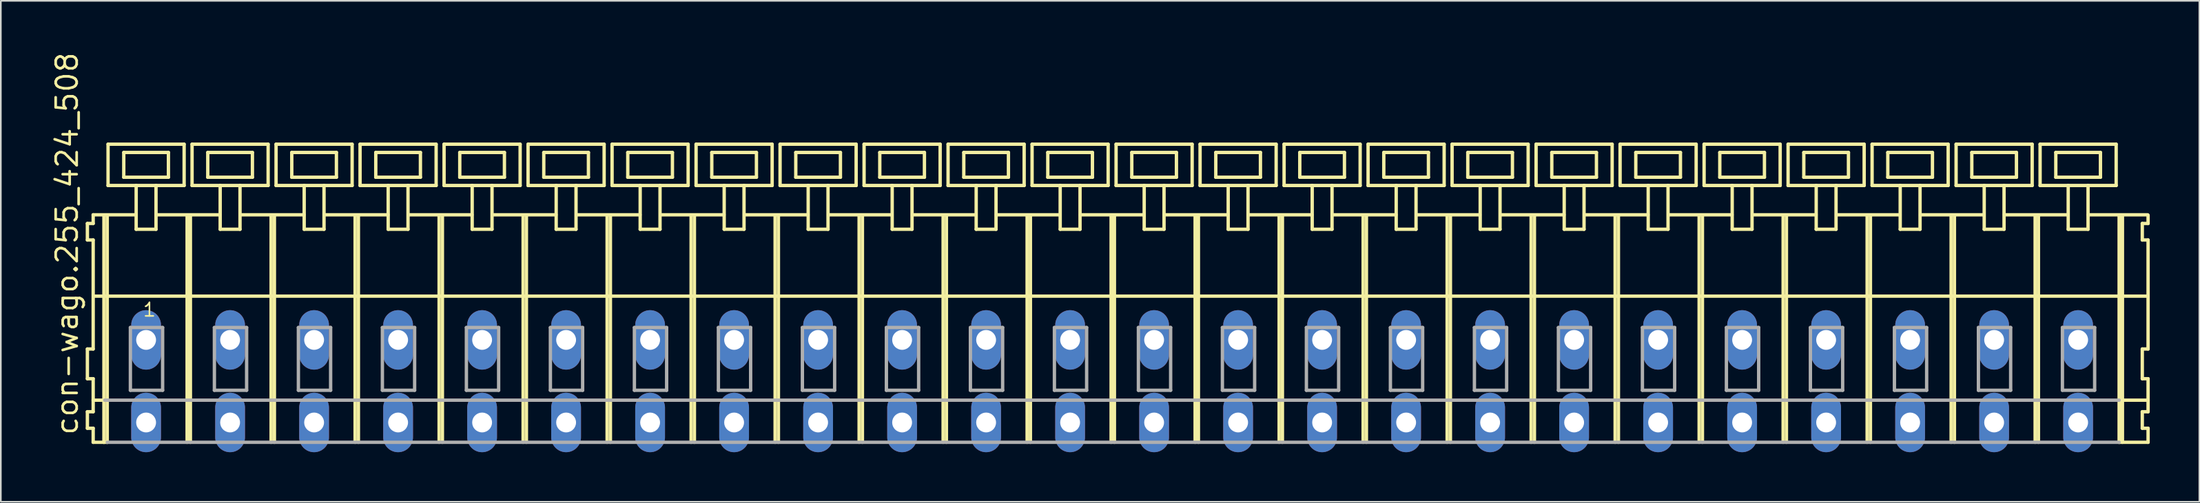
<source format=kicad_pcb>
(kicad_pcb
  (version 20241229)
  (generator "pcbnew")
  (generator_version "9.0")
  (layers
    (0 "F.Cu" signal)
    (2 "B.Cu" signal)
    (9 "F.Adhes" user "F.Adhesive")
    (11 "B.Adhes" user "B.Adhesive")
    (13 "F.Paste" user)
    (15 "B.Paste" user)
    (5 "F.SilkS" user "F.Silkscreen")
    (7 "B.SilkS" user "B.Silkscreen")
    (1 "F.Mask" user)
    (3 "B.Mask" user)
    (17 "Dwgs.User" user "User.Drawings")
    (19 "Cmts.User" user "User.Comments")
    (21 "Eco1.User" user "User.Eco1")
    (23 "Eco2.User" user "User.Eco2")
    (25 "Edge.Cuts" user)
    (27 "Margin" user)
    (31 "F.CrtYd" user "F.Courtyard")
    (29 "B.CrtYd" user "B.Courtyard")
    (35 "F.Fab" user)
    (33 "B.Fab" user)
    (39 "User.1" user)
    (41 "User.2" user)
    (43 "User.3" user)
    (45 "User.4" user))
  (footprint "con-wago.255_424_508"
    (layer "F.Cu")
    (at 64.205 17.533)
    (property "Reference" "con-wago.255_424_508" (at -62.455 5.855 90) (layer "F.SilkS") (effects (font (size 1.27 1.27) (thickness 0.16)) (justify left bottom)))
    (attr through_hole)
    (fp_line (start -61.97 -7.05) (end -61.97 -6.05) (stroke (width 0.203) (type default)) (layer "F.SilkS"))
    (fp_line (start -61.97 -6.05) (end -61.62 -6.05) (stroke (width 0.203) (type default)) (layer "F.SilkS"))
    (fp_line (start -61.97 0.55) (end -61.97 2.35) (stroke (width 0.203) (type default)) (layer "F.SilkS"))
    (fp_line (start -61.97 2.35) (end -61.62 2.35) (stroke (width 0.203) (type default)) (layer "F.SilkS"))
    (fp_line (start -61.97 4.35) (end -61.97 5.35) (stroke (width 0.203) (type default)) (layer "F.SilkS"))
    (fp_line (start -61.97 5.35) (end -61.62 5.35) (stroke (width 0.203) (type default)) (layer "F.SilkS"))
    (fp_line (start -61.62 -7.575) (end -61.62 -7.05) (stroke (width 0.203) (type default)) (layer "F.SilkS"))
    (fp_line (start -61.62 -7.575) (end -59.045 -7.575) (stroke (width 0.203) (type default)) (layer "F.SilkS"))
    (fp_line (start -61.62 -7.05) (end -61.97 -7.05) (stroke (width 0.203) (type default)) (layer "F.SilkS"))
    (fp_line (start -61.62 -6.05) (end -61.62 0.55) (stroke (width 0.203) (type default)) (layer "F.SilkS"))
    (fp_line (start -61.62 0.55) (end -61.97 0.55) (stroke (width 0.203) (type default)) (layer "F.SilkS"))
    (fp_line (start -61.62 2.35) (end -61.62 4.35) (stroke (width 0.203) (type default)) (layer "F.SilkS"))
    (fp_line (start -61.62 3.65) (end -60.92 3.65) (stroke (width 0.203) (type default)) (layer "F.SilkS"))
    (fp_line (start -61.62 4.35) (end -61.97 4.35) (stroke (width 0.203) (type default)) (layer "F.SilkS"))
    (fp_line (start -61.62 5.35) (end -61.62 6.2) (stroke (width 0.203) (type default)) (layer "F.SilkS"))
    (fp_line (start -61.62 6.2) (end -60.97 6.2) (stroke (width 0.203) (type default)) (layer "F.SilkS"))
    (fp_line (start -61.57 -2.65) (end 60.9 -2.65) (stroke (width 0.203) (type default)) (layer "F.SilkS"))
    (fp_line (start -60.97 -7.55) (end -60.97 6.2) (stroke (width 0.203) (type default)) (layer "F.SilkS"))
    (fp_line (start -60.97 6.2) (end -60.77 6.2) (stroke (width 0.203) (type default)) (layer "F.SilkS"))
    (fp_line (start -60.77 -7.55) (end -60.77 6.2) (stroke (width 0.203) (type default)) (layer "F.SilkS"))
    (fp_line (start -60.72 -11.85) (end -60.72 -9.35) (stroke (width 0.203) (type default)) (layer "F.SilkS"))
    (fp_line (start -60.72 -9.35) (end -59.02 -9.35) (stroke (width 0.203) (type default)) (layer "F.SilkS"))
    (fp_line (start -59.77 -11.35) (end -59.77 -9.85) (stroke (width 0.203) (type default)) (layer "F.SilkS"))
    (fp_line (start -59.77 -9.85) (end -57.07 -9.85) (stroke (width 0.203) (type default)) (layer "F.SilkS"))
    (fp_line (start -59.02 -9.35) (end -59.02 -6.7) (stroke (width 0.203) (type default)) (layer "F.SilkS"))
    (fp_line (start -59.02 -9.35) (end -57.82 -9.35) (stroke (width 0.203) (type default)) (layer "F.SilkS"))
    (fp_line (start -59.02 -6.7) (end -57.82 -6.7) (stroke (width 0.203) (type default)) (layer "F.SilkS"))
    (fp_line (start -57.82 -9.35) (end -56.12 -9.35) (stroke (width 0.203) (type default)) (layer "F.SilkS"))
    (fp_line (start -57.82 -6.7) (end -57.82 -9.35) (stroke (width 0.203) (type default)) (layer "F.SilkS"))
    (fp_line (start -57.795 -7.575) (end -53.961 -7.575) (stroke (width 0.203) (type default)) (layer "F.SilkS"))
    (fp_line (start -57.07 -11.35) (end -59.77 -11.35) (stroke (width 0.203) (type default)) (layer "F.SilkS"))
    (fp_line (start -57.07 -9.85) (end -57.07 -11.35) (stroke (width 0.203) (type default)) (layer "F.SilkS"))
    (fp_line (start -56.12 -11.85) (end -60.72 -11.85) (stroke (width 0.203) (type default)) (layer "F.SilkS"))
    (fp_line (start -56.12 -9.35) (end -56.12 -11.85) (stroke (width 0.203) (type default)) (layer "F.SilkS"))
    (fp_line (start -55.94 -7.55) (end -55.94 6.2) (stroke (width 0.203) (type default)) (layer "F.SilkS"))
    (fp_line (start -55.74 -7.55) (end -55.74 6.2) (stroke (width 0.203) (type default)) (layer "F.SilkS"))
    (fp_line (start -55.64 -11.85) (end -55.64 -9.35) (stroke (width 0.203) (type default)) (layer "F.SilkS"))
    (fp_line (start -55.64 -9.35) (end -53.94 -9.35) (stroke (width 0.203) (type default)) (layer "F.SilkS"))
    (fp_line (start -54.69 -11.35) (end -54.69 -9.85) (stroke (width 0.203) (type default)) (layer "F.SilkS"))
    (fp_line (start -54.69 -9.85) (end -51.99 -9.85) (stroke (width 0.203) (type default)) (layer "F.SilkS"))
    (fp_line (start -53.94 -9.35) (end -53.94 -6.7) (stroke (width 0.203) (type default)) (layer "F.SilkS"))
    (fp_line (start -53.94 -9.35) (end -52.74 -9.35) (stroke (width 0.203) (type default)) (layer "F.SilkS"))
    (fp_line (start -53.94 -6.7) (end -52.74 -6.7) (stroke (width 0.203) (type default)) (layer "F.SilkS"))
    (fp_line (start -52.74 -9.35) (end -51.04 -9.35) (stroke (width 0.203) (type default)) (layer "F.SilkS"))
    (fp_line (start -52.74 -6.7) (end -52.74 -9.35) (stroke (width 0.203) (type default)) (layer "F.SilkS"))
    (fp_line (start -52.715 -7.575) (end -48.87 -7.575) (stroke (width 0.203) (type default)) (layer "F.SilkS"))
    (fp_line (start -51.99 -11.35) (end -54.69 -11.35) (stroke (width 0.203) (type default)) (layer "F.SilkS"))
    (fp_line (start -51.99 -9.85) (end -51.99 -11.35) (stroke (width 0.203) (type default)) (layer "F.SilkS"))
    (fp_line (start -51.04 -11.85) (end -55.64 -11.85) (stroke (width 0.203) (type default)) (layer "F.SilkS"))
    (fp_line (start -51.04 -9.35) (end -51.04 -11.85) (stroke (width 0.203) (type default)) (layer "F.SilkS"))
    (fp_line (start -50.86 -7.55) (end -50.86 6.2) (stroke (width 0.203) (type default)) (layer "F.SilkS"))
    (fp_line (start -50.66 -7.55) (end -50.66 6.2) (stroke (width 0.203) (type default)) (layer "F.SilkS"))
    (fp_line (start -50.56 -11.85) (end -50.56 -9.35) (stroke (width 0.203) (type default)) (layer "F.SilkS"))
    (fp_line (start -50.56 -9.35) (end -48.86 -9.35) (stroke (width 0.203) (type default)) (layer "F.SilkS"))
    (fp_line (start -49.61 -11.35) (end -49.61 -9.85) (stroke (width 0.203) (type default)) (layer "F.SilkS"))
    (fp_line (start -49.61 -9.85) (end -46.91 -9.85) (stroke (width 0.203) (type default)) (layer "F.SilkS"))
    (fp_line (start -48.86 -9.35) (end -48.86 -6.7) (stroke (width 0.203) (type default)) (layer "F.SilkS"))
    (fp_line (start -48.86 -9.35) (end -47.66 -9.35) (stroke (width 0.203) (type default)) (layer "F.SilkS"))
    (fp_line (start -48.86 -6.7) (end -47.66 -6.7) (stroke (width 0.203) (type default)) (layer "F.SilkS"))
    (fp_line (start -47.66 -9.35) (end -45.96 -9.35) (stroke (width 0.203) (type default)) (layer "F.SilkS"))
    (fp_line (start -47.66 -6.7) (end -47.66 -9.35) (stroke (width 0.203) (type default)) (layer "F.SilkS"))
    (fp_line (start -47.635 -7.575) (end -43.79 -7.575) (stroke (width 0.203) (type default)) (layer "F.SilkS"))
    (fp_line (start -46.91 -11.35) (end -49.61 -11.35) (stroke (width 0.203) (type default)) (layer "F.SilkS"))
    (fp_line (start -46.91 -9.85) (end -46.91 -11.35) (stroke (width 0.203) (type default)) (layer "F.SilkS"))
    (fp_line (start -45.96 -11.85) (end -50.56 -11.85) (stroke (width 0.203) (type default)) (layer "F.SilkS"))
    (fp_line (start -45.96 -9.35) (end -45.96 -11.85) (stroke (width 0.203) (type default)) (layer "F.SilkS"))
    (fp_line (start -45.78 -7.55) (end -45.78 6.2) (stroke (width 0.203) (type default)) (layer "F.SilkS"))
    (fp_line (start -45.58 -7.55) (end -45.58 6.2) (stroke (width 0.203) (type default)) (layer "F.SilkS"))
    (fp_line (start -45.48 -11.85) (end -45.48 -9.35) (stroke (width 0.203) (type default)) (layer "F.SilkS"))
    (fp_line (start -45.48 -9.35) (end -43.78 -9.35) (stroke (width 0.203) (type default)) (layer "F.SilkS"))
    (fp_line (start -44.53 -11.35) (end -44.53 -9.85) (stroke (width 0.203) (type default)) (layer "F.SilkS"))
    (fp_line (start -44.53 -9.85) (end -41.83 -9.85) (stroke (width 0.203) (type default)) (layer "F.SilkS"))
    (fp_line (start -43.78 -9.35) (end -43.78 -6.7) (stroke (width 0.203) (type default)) (layer "F.SilkS"))
    (fp_line (start -43.78 -9.35) (end -42.58 -9.35) (stroke (width 0.203) (type default)) (layer "F.SilkS"))
    (fp_line (start -43.78 -6.7) (end -42.58 -6.7) (stroke (width 0.203) (type default)) (layer "F.SilkS"))
    (fp_line (start -42.58 -9.35) (end -40.88 -9.35) (stroke (width 0.203) (type default)) (layer "F.SilkS"))
    (fp_line (start -42.58 -6.7) (end -42.58 -9.35) (stroke (width 0.203) (type default)) (layer "F.SilkS"))
    (fp_line (start -42.555 -7.575) (end -38.71 -7.575) (stroke (width 0.203) (type default)) (layer "F.SilkS"))
    (fp_line (start -41.83 -11.35) (end -44.53 -11.35) (stroke (width 0.203) (type default)) (layer "F.SilkS"))
    (fp_line (start -41.83 -9.85) (end -41.83 -11.35) (stroke (width 0.203) (type default)) (layer "F.SilkS"))
    (fp_line (start -40.88 -11.85) (end -45.48 -11.85) (stroke (width 0.203) (type default)) (layer "F.SilkS"))
    (fp_line (start -40.88 -9.35) (end -40.88 -11.85) (stroke (width 0.203) (type default)) (layer "F.SilkS"))
    (fp_line (start -40.7 -7.55) (end -40.7 6.2) (stroke (width 0.203) (type default)) (layer "F.SilkS"))
    (fp_line (start -40.5 -7.55) (end -40.5 6.2) (stroke (width 0.203) (type default)) (layer "F.SilkS"))
    (fp_line (start -40.4 -11.85) (end -40.4 -9.35) (stroke (width 0.203) (type default)) (layer "F.SilkS"))
    (fp_line (start -40.4 -9.35) (end -38.7 -9.35) (stroke (width 0.203) (type default)) (layer "F.SilkS"))
    (fp_line (start -39.45 -11.35) (end -39.45 -9.85) (stroke (width 0.203) (type default)) (layer "F.SilkS"))
    (fp_line (start -39.45 -9.85) (end -36.75 -9.85) (stroke (width 0.203) (type default)) (layer "F.SilkS"))
    (fp_line (start -38.7 -9.35) (end -38.7 -6.7) (stroke (width 0.203) (type default)) (layer "F.SilkS"))
    (fp_line (start -38.7 -9.35) (end -37.5 -9.35) (stroke (width 0.203) (type default)) (layer "F.SilkS"))
    (fp_line (start -38.7 -6.7) (end -37.5 -6.7) (stroke (width 0.203) (type default)) (layer "F.SilkS"))
    (fp_line (start -37.5 -9.35) (end -35.8 -9.35) (stroke (width 0.203) (type default)) (layer "F.SilkS"))
    (fp_line (start -37.5 -6.7) (end -37.5 -9.35) (stroke (width 0.203) (type default)) (layer "F.SilkS"))
    (fp_line (start -37.475 -7.575) (end -33.63 -7.575) (stroke (width 0.203) (type default)) (layer "F.SilkS"))
    (fp_line (start -36.75 -11.35) (end -39.45 -11.35) (stroke (width 0.203) (type default)) (layer "F.SilkS"))
    (fp_line (start -36.75 -9.85) (end -36.75 -11.35) (stroke (width 0.203) (type default)) (layer "F.SilkS"))
    (fp_line (start -35.8 -11.85) (end -40.4 -11.85) (stroke (width 0.203) (type default)) (layer "F.SilkS"))
    (fp_line (start -35.8 -9.35) (end -35.8 -11.85) (stroke (width 0.203) (type default)) (layer "F.SilkS"))
    (fp_line (start -35.62 -7.55) (end -35.62 6.2) (stroke (width 0.203) (type default)) (layer "F.SilkS"))
    (fp_line (start -35.42 -7.55) (end -35.42 6.2) (stroke (width 0.203) (type default)) (layer "F.SilkS"))
    (fp_line (start -35.32 -11.85) (end -35.32 -9.35) (stroke (width 0.203) (type default)) (layer "F.SilkS"))
    (fp_line (start -35.32 -9.35) (end -33.62 -9.35) (stroke (width 0.203) (type default)) (layer "F.SilkS"))
    (fp_line (start -34.37 -11.35) (end -34.37 -9.85) (stroke (width 0.203) (type default)) (layer "F.SilkS"))
    (fp_line (start -34.37 -9.85) (end -31.67 -9.85) (stroke (width 0.203) (type default)) (layer "F.SilkS"))
    (fp_line (start -33.62 -9.35) (end -33.62 -6.7) (stroke (width 0.203) (type default)) (layer "F.SilkS"))
    (fp_line (start -33.62 -9.35) (end -32.42 -9.35) (stroke (width 0.203) (type default)) (layer "F.SilkS"))
    (fp_line (start -33.62 -6.7) (end -32.42 -6.7) (stroke (width 0.203) (type default)) (layer "F.SilkS"))
    (fp_line (start -32.42 -9.35) (end -30.72 -9.35) (stroke (width 0.203) (type default)) (layer "F.SilkS"))
    (fp_line (start -32.42 -6.7) (end -32.42 -9.35) (stroke (width 0.203) (type default)) (layer "F.SilkS"))
    (fp_line (start -32.395 -7.575) (end -28.55 -7.575) (stroke (width 0.203) (type default)) (layer "F.SilkS"))
    (fp_line (start -31.67 -11.35) (end -34.37 -11.35) (stroke (width 0.203) (type default)) (layer "F.SilkS"))
    (fp_line (start -31.67 -9.85) (end -31.67 -11.35) (stroke (width 0.203) (type default)) (layer "F.SilkS"))
    (fp_line (start -30.72 -11.85) (end -35.32 -11.85) (stroke (width 0.203) (type default)) (layer "F.SilkS"))
    (fp_line (start -30.72 -9.35) (end -30.72 -11.85) (stroke (width 0.203) (type default)) (layer "F.SilkS"))
    (fp_line (start -30.54 -7.55) (end -30.54 6.2) (stroke (width 0.203) (type default)) (layer "F.SilkS"))
    (fp_line (start -30.34 -7.55) (end -30.34 6.2) (stroke (width 0.203) (type default)) (layer "F.SilkS"))
    (fp_line (start -30.24 -11.85) (end -30.24 -9.35) (stroke (width 0.203) (type default)) (layer "F.SilkS"))
    (fp_line (start -30.24 -9.35) (end -28.54 -9.35) (stroke (width 0.203) (type default)) (layer "F.SilkS"))
    (fp_line (start -29.29 -11.35) (end -29.29 -9.85) (stroke (width 0.203) (type default)) (layer "F.SilkS"))
    (fp_line (start -29.29 -9.85) (end -26.59 -9.85) (stroke (width 0.203) (type default)) (layer "F.SilkS"))
    (fp_line (start -28.54 -9.35) (end -28.54 -6.7) (stroke (width 0.203) (type default)) (layer "F.SilkS"))
    (fp_line (start -28.54 -9.35) (end -27.34 -9.35) (stroke (width 0.203) (type default)) (layer "F.SilkS"))
    (fp_line (start -28.54 -6.7) (end -27.34 -6.7) (stroke (width 0.203) (type default)) (layer "F.SilkS"))
    (fp_line (start -27.34 -9.35) (end -25.64 -9.35) (stroke (width 0.203) (type default)) (layer "F.SilkS"))
    (fp_line (start -27.34 -6.7) (end -27.34 -9.35) (stroke (width 0.203) (type default)) (layer "F.SilkS"))
    (fp_line (start -27.315 -7.575) (end -23.47 -7.575) (stroke (width 0.203) (type default)) (layer "F.SilkS"))
    (fp_line (start -26.59 -11.35) (end -29.29 -11.35) (stroke (width 0.203) (type default)) (layer "F.SilkS"))
    (fp_line (start -26.59 -9.85) (end -26.59 -11.35) (stroke (width 0.203) (type default)) (layer "F.SilkS"))
    (fp_line (start -25.64 -11.85) (end -30.24 -11.85) (stroke (width 0.203) (type default)) (layer "F.SilkS"))
    (fp_line (start -25.64 -9.35) (end -25.64 -11.85) (stroke (width 0.203) (type default)) (layer "F.SilkS"))
    (fp_line (start -25.46 -7.55) (end -25.46 6.2) (stroke (width 0.203) (type default)) (layer "F.SilkS"))
    (fp_line (start -25.26 -7.55) (end -25.26 6.2) (stroke (width 0.203) (type default)) (layer "F.SilkS"))
    (fp_line (start -25.16 -11.85) (end -25.16 -9.35) (stroke (width 0.203) (type default)) (layer "F.SilkS"))
    (fp_line (start -25.16 -9.35) (end -23.46 -9.35) (stroke (width 0.203) (type default)) (layer "F.SilkS"))
    (fp_line (start -24.21 -11.35) (end -24.21 -9.85) (stroke (width 0.203) (type default)) (layer "F.SilkS"))
    (fp_line (start -24.21 -9.85) (end -21.51 -9.85) (stroke (width 0.203) (type default)) (layer "F.SilkS"))
    (fp_line (start -23.46 -9.35) (end -23.46 -6.7) (stroke (width 0.203) (type default)) (layer "F.SilkS"))
    (fp_line (start -23.46 -9.35) (end -22.26 -9.35) (stroke (width 0.203) (type default)) (layer "F.SilkS"))
    (fp_line (start -23.46 -6.7) (end -22.26 -6.7) (stroke (width 0.203) (type default)) (layer "F.SilkS"))
    (fp_line (start -22.26 -9.35) (end -20.56 -9.35) (stroke (width 0.203) (type default)) (layer "F.SilkS"))
    (fp_line (start -22.26 -6.7) (end -22.26 -9.35) (stroke (width 0.203) (type default)) (layer "F.SilkS"))
    (fp_line (start -22.235 -7.575) (end -18.39 -7.575) (stroke (width 0.203) (type default)) (layer "F.SilkS"))
    (fp_line (start -21.51 -11.35) (end -24.21 -11.35) (stroke (width 0.203) (type default)) (layer "F.SilkS"))
    (fp_line (start -21.51 -9.85) (end -21.51 -11.35) (stroke (width 0.203) (type default)) (layer "F.SilkS"))
    (fp_line (start -20.56 -11.85) (end -25.16 -11.85) (stroke (width 0.203) (type default)) (layer "F.SilkS"))
    (fp_line (start -20.56 -9.35) (end -20.56 -11.85) (stroke (width 0.203) (type default)) (layer "F.SilkS"))
    (fp_line (start -20.38 -7.55) (end -20.38 6.2) (stroke (width 0.203) (type default)) (layer "F.SilkS"))
    (fp_line (start -20.18 -7.55) (end -20.18 6.2) (stroke (width 0.203) (type default)) (layer "F.SilkS"))
    (fp_line (start -20.08 -11.85) (end -20.08 -9.35) (stroke (width 0.203) (type default)) (layer "F.SilkS"))
    (fp_line (start -20.08 -9.35) (end -18.38 -9.35) (stroke (width 0.203) (type default)) (layer "F.SilkS"))
    (fp_line (start -19.13 -11.35) (end -19.13 -9.85) (stroke (width 0.203) (type default)) (layer "F.SilkS"))
    (fp_line (start -19.13 -9.85) (end -16.43 -9.85) (stroke (width 0.203) (type default)) (layer "F.SilkS"))
    (fp_line (start -18.38 -9.35) (end -18.38 -6.7) (stroke (width 0.203) (type default)) (layer "F.SilkS"))
    (fp_line (start -18.38 -9.35) (end -17.18 -9.35) (stroke (width 0.203) (type default)) (layer "F.SilkS"))
    (fp_line (start -18.38 -6.7) (end -17.18 -6.7) (stroke (width 0.203) (type default)) (layer "F.SilkS"))
    (fp_line (start -17.18 -9.35) (end -15.48 -9.35) (stroke (width 0.203) (type default)) (layer "F.SilkS"))
    (fp_line (start -17.18 -6.7) (end -17.18 -9.35) (stroke (width 0.203) (type default)) (layer "F.SilkS"))
    (fp_line (start -17.155 -7.575) (end -13.31 -7.575) (stroke (width 0.203) (type default)) (layer "F.SilkS"))
    (fp_line (start -16.43 -11.35) (end -19.13 -11.35) (stroke (width 0.203) (type default)) (layer "F.SilkS"))
    (fp_line (start -16.43 -9.85) (end -16.43 -11.35) (stroke (width 0.203) (type default)) (layer "F.SilkS"))
    (fp_line (start -15.48 -11.85) (end -20.08 -11.85) (stroke (width 0.203) (type default)) (layer "F.SilkS"))
    (fp_line (start -15.48 -9.35) (end -15.48 -11.85) (stroke (width 0.203) (type default)) (layer "F.SilkS"))
    (fp_line (start -15.3 -7.55) (end -15.3 6.2) (stroke (width 0.203) (type default)) (layer "F.SilkS"))
    (fp_line (start -15.1 -7.55) (end -15.1 6.2) (stroke (width 0.203) (type default)) (layer "F.SilkS"))
    (fp_line (start -15 -11.85) (end -15 -9.35) (stroke (width 0.203) (type default)) (layer "F.SilkS"))
    (fp_line (start -15 -9.35) (end -13.3 -9.35) (stroke (width 0.203) (type default)) (layer "F.SilkS"))
    (fp_line (start -14.05 -11.35) (end -14.05 -9.85) (stroke (width 0.203) (type default)) (layer "F.SilkS"))
    (fp_line (start -14.05 -9.85) (end -11.35 -9.85) (stroke (width 0.203) (type default)) (layer "F.SilkS"))
    (fp_line (start -13.3 -9.35) (end -13.3 -6.7) (stroke (width 0.203) (type default)) (layer "F.SilkS"))
    (fp_line (start -13.3 -9.35) (end -12.1 -9.35) (stroke (width 0.203) (type default)) (layer "F.SilkS"))
    (fp_line (start -13.3 -6.7) (end -12.1 -6.7) (stroke (width 0.203) (type default)) (layer "F.SilkS"))
    (fp_line (start -12.1 -9.35) (end -10.4 -9.35) (stroke (width 0.203) (type default)) (layer "F.SilkS"))
    (fp_line (start -12.1 -6.7) (end -12.1 -9.35) (stroke (width 0.203) (type default)) (layer "F.SilkS"))
    (fp_line (start -12.075 -7.575) (end -8.23 -7.575) (stroke (width 0.203) (type default)) (layer "F.SilkS"))
    (fp_line (start -11.35 -11.35) (end -14.05 -11.35) (stroke (width 0.203) (type default)) (layer "F.SilkS"))
    (fp_line (start -11.35 -9.85) (end -11.35 -11.35) (stroke (width 0.203) (type default)) (layer "F.SilkS"))
    (fp_line (start -10.4 -11.85) (end -15 -11.85) (stroke (width 0.203) (type default)) (layer "F.SilkS"))
    (fp_line (start -10.4 -9.35) (end -10.4 -11.85) (stroke (width 0.203) (type default)) (layer "F.SilkS"))
    (fp_line (start -10.22 -7.55) (end -10.22 6.2) (stroke (width 0.203) (type default)) (layer "F.SilkS"))
    (fp_line (start -10.02 -7.55) (end -10.02 6.2) (stroke (width 0.203) (type default)) (layer "F.SilkS"))
    (fp_line (start -9.92 -11.85) (end -9.92 -9.35) (stroke (width 0.203) (type default)) (layer "F.SilkS"))
    (fp_line (start -9.92 -9.35) (end -8.22 -9.35) (stroke (width 0.203) (type default)) (layer "F.SilkS"))
    (fp_line (start -8.97 -11.35) (end -8.97 -9.85) (stroke (width 0.203) (type default)) (layer "F.SilkS"))
    (fp_line (start -8.97 -9.85) (end -6.27 -9.85) (stroke (width 0.203) (type default)) (layer "F.SilkS"))
    (fp_line (start -8.22 -9.35) (end -8.22 -6.7) (stroke (width 0.203) (type default)) (layer "F.SilkS"))
    (fp_line (start -8.22 -9.35) (end -7.02 -9.35) (stroke (width 0.203) (type default)) (layer "F.SilkS"))
    (fp_line (start -8.22 -6.7) (end -7.02 -6.7) (stroke (width 0.203) (type default)) (layer "F.SilkS"))
    (fp_line (start -7.02 -9.35) (end -5.32 -9.35) (stroke (width 0.203) (type default)) (layer "F.SilkS"))
    (fp_line (start -7.02 -6.7) (end -7.02 -9.35) (stroke (width 0.203) (type default)) (layer "F.SilkS"))
    (fp_line (start -6.995 -7.575) (end -3.15 -7.575) (stroke (width 0.203) (type default)) (layer "F.SilkS"))
    (fp_line (start -6.27 -11.35) (end -8.97 -11.35) (stroke (width 0.203) (type default)) (layer "F.SilkS"))
    (fp_line (start -6.27 -9.85) (end -6.27 -11.35) (stroke (width 0.203) (type default)) (layer "F.SilkS"))
    (fp_line (start -5.32 -11.85) (end -9.92 -11.85) (stroke (width 0.203) (type default)) (layer "F.SilkS"))
    (fp_line (start -5.32 -9.35) (end -5.32 -11.85) (stroke (width 0.203) (type default)) (layer "F.SilkS"))
    (fp_line (start -5.14 -7.55) (end -5.14 6.2) (stroke (width 0.203) (type default)) (layer "F.SilkS"))
    (fp_line (start -4.94 -7.55) (end -4.94 6.2) (stroke (width 0.203) (type default)) (layer "F.SilkS"))
    (fp_line (start -4.84 -11.85) (end -4.84 -9.35) (stroke (width 0.203) (type default)) (layer "F.SilkS"))
    (fp_line (start -4.84 -9.35) (end -3.14 -9.35) (stroke (width 0.203) (type default)) (layer "F.SilkS"))
    (fp_line (start -3.89 -11.35) (end -3.89 -9.85) (stroke (width 0.203) (type default)) (layer "F.SilkS"))
    (fp_line (start -3.89 -9.85) (end -1.19 -9.85) (stroke (width 0.203) (type default)) (layer "F.SilkS"))
    (fp_line (start -3.14 -9.35) (end -3.14 -6.7) (stroke (width 0.203) (type default)) (layer "F.SilkS"))
    (fp_line (start -3.14 -9.35) (end -1.94 -9.35) (stroke (width 0.203) (type default)) (layer "F.SilkS"))
    (fp_line (start -3.14 -6.7) (end -1.94 -6.7) (stroke (width 0.203) (type default)) (layer "F.SilkS"))
    (fp_line (start -1.94 -9.35) (end -0.24 -9.35) (stroke (width 0.203) (type default)) (layer "F.SilkS"))
    (fp_line (start -1.94 -6.7) (end -1.94 -9.35) (stroke (width 0.203) (type default)) (layer "F.SilkS"))
    (fp_line (start -1.915 -7.575) (end 1.93 -7.575) (stroke (width 0.203) (type default)) (layer "F.SilkS"))
    (fp_line (start -1.19 -11.35) (end -3.89 -11.35) (stroke (width 0.203) (type default)) (layer "F.SilkS"))
    (fp_line (start -1.19 -9.85) (end -1.19 -11.35) (stroke (width 0.203) (type default)) (layer "F.SilkS"))
    (fp_line (start -0.24 -11.85) (end -4.84 -11.85) (stroke (width 0.203) (type default)) (layer "F.SilkS"))
    (fp_line (start -0.24 -9.35) (end -0.24 -11.85) (stroke (width 0.203) (type default)) (layer "F.SilkS"))
    (fp_line (start -0.06 -7.55) (end -0.06 6.2) (stroke (width 0.203) (type default)) (layer "F.SilkS"))
    (fp_line (start 0.14 -7.55) (end 0.14 6.2) (stroke (width 0.203) (type default)) (layer "F.SilkS"))
    (fp_line (start 0.24 -11.85) (end 0.24 -9.35) (stroke (width 0.203) (type default)) (layer "F.SilkS"))
    (fp_line (start 0.24 -9.35) (end 1.94 -9.35) (stroke (width 0.203) (type default)) (layer "F.SilkS"))
    (fp_line (start 1.19 -11.35) (end 1.19 -9.85) (stroke (width 0.203) (type default)) (layer "F.SilkS"))
    (fp_line (start 1.19 -9.85) (end 3.89 -9.85) (stroke (width 0.203) (type default)) (layer "F.SilkS"))
    (fp_line (start 1.94 -9.35) (end 1.94 -6.7) (stroke (width 0.203) (type default)) (layer "F.SilkS"))
    (fp_line (start 1.94 -9.35) (end 3.14 -9.35) (stroke (width 0.203) (type default)) (layer "F.SilkS"))
    (fp_line (start 1.94 -6.7) (end 3.14 -6.7) (stroke (width 0.203) (type default)) (layer "F.SilkS"))
    (fp_line (start 3.14 -9.35) (end 4.84 -9.35) (stroke (width 0.203) (type default)) (layer "F.SilkS"))
    (fp_line (start 3.14 -6.7) (end 3.14 -9.35) (stroke (width 0.203) (type default)) (layer "F.SilkS"))
    (fp_line (start 3.165 -7.575) (end 7.01 -7.575) (stroke (width 0.203) (type default)) (layer "F.SilkS"))
    (fp_line (start 3.89 -11.35) (end 1.19 -11.35) (stroke (width 0.203) (type default)) (layer "F.SilkS"))
    (fp_line (start 3.89 -9.85) (end 3.89 -11.35) (stroke (width 0.203) (type default)) (layer "F.SilkS"))
    (fp_line (start 4.84 -11.85) (end 0.24 -11.85) (stroke (width 0.203) (type default)) (layer "F.SilkS"))
    (fp_line (start 4.84 -9.35) (end 4.84 -11.85) (stroke (width 0.203) (type default)) (layer "F.SilkS"))
    (fp_line (start 5.02 -7.55) (end 5.02 6.2) (stroke (width 0.203) (type default)) (layer "F.SilkS"))
    (fp_line (start 5.22 -7.55) (end 5.22 6.2) (stroke (width 0.203) (type default)) (layer "F.SilkS"))
    (fp_line (start 5.32 -11.85) (end 5.32 -9.35) (stroke (width 0.203) (type default)) (layer "F.SilkS"))
    (fp_line (start 5.32 -9.35) (end 7.02 -9.35) (stroke (width 0.203) (type default)) (layer "F.SilkS"))
    (fp_line (start 6.27 -11.35) (end 6.27 -9.85) (stroke (width 0.203) (type default)) (layer "F.SilkS"))
    (fp_line (start 6.27 -9.85) (end 8.97 -9.85) (stroke (width 0.203) (type default)) (layer "F.SilkS"))
    (fp_line (start 7.02 -9.35) (end 7.02 -6.7) (stroke (width 0.203) (type default)) (layer "F.SilkS"))
    (fp_line (start 7.02 -9.35) (end 8.22 -9.35) (stroke (width 0.203) (type default)) (layer "F.SilkS"))
    (fp_line (start 7.02 -6.7) (end 8.22 -6.7) (stroke (width 0.203) (type default)) (layer "F.SilkS"))
    (fp_line (start 8.22 -9.35) (end 9.92 -9.35) (stroke (width 0.203) (type default)) (layer "F.SilkS"))
    (fp_line (start 8.22 -6.7) (end 8.22 -9.35) (stroke (width 0.203) (type default)) (layer "F.SilkS"))
    (fp_line (start 8.245 -7.575) (end 12.09 -7.575) (stroke (width 0.203) (type default)) (layer "F.SilkS"))
    (fp_line (start 8.97 -11.35) (end 6.27 -11.35) (stroke (width 0.203) (type default)) (layer "F.SilkS"))
    (fp_line (start 8.97 -9.85) (end 8.97 -11.35) (stroke (width 0.203) (type default)) (layer "F.SilkS"))
    (fp_line (start 9.92 -11.85) (end 5.32 -11.85) (stroke (width 0.203) (type default)) (layer "F.SilkS"))
    (fp_line (start 9.92 -9.35) (end 9.92 -11.85) (stroke (width 0.203) (type default)) (layer "F.SilkS"))
    (fp_line (start 10.1 -7.55) (end 10.1 6.2) (stroke (width 0.203) (type default)) (layer "F.SilkS"))
    (fp_line (start 10.3 -7.55) (end 10.3 6.2) (stroke (width 0.203) (type default)) (layer "F.SilkS"))
    (fp_line (start 10.4 -11.85) (end 10.4 -9.35) (stroke (width 0.203) (type default)) (layer "F.SilkS"))
    (fp_line (start 10.4 -9.35) (end 12.1 -9.35) (stroke (width 0.203) (type default)) (layer "F.SilkS"))
    (fp_line (start 11.35 -11.35) (end 11.35 -9.85) (stroke (width 0.203) (type default)) (layer "F.SilkS"))
    (fp_line (start 11.35 -9.85) (end 14.05 -9.85) (stroke (width 0.203) (type default)) (layer "F.SilkS"))
    (fp_line (start 12.1 -9.35) (end 12.1 -6.7) (stroke (width 0.203) (type default)) (layer "F.SilkS"))
    (fp_line (start 12.1 -9.35) (end 13.3 -9.35) (stroke (width 0.203) (type default)) (layer "F.SilkS"))
    (fp_line (start 12.1 -6.7) (end 13.3 -6.7) (stroke (width 0.203) (type default)) (layer "F.SilkS"))
    (fp_line (start 13.3 -9.35) (end 15 -9.35) (stroke (width 0.203) (type default)) (layer "F.SilkS"))
    (fp_line (start 13.3 -6.7) (end 13.3 -9.35) (stroke (width 0.203) (type default)) (layer "F.SilkS"))
    (fp_line (start 13.325 -7.575) (end 17.17 -7.575) (stroke (width 0.203) (type default)) (layer "F.SilkS"))
    (fp_line (start 14.05 -11.35) (end 11.35 -11.35) (stroke (width 0.203) (type default)) (layer "F.SilkS"))
    (fp_line (start 14.05 -9.85) (end 14.05 -11.35) (stroke (width 0.203) (type default)) (layer "F.SilkS"))
    (fp_line (start 15 -11.85) (end 10.4 -11.85) (stroke (width 0.203) (type default)) (layer "F.SilkS"))
    (fp_line (start 15 -9.35) (end 15 -11.85) (stroke (width 0.203) (type default)) (layer "F.SilkS"))
    (fp_line (start 15.18 -7.55) (end 15.18 6.2) (stroke (width 0.203) (type default)) (layer "F.SilkS"))
    (fp_line (start 15.38 -7.55) (end 15.38 6.2) (stroke (width 0.203) (type default)) (layer "F.SilkS"))
    (fp_line (start 15.48 -11.85) (end 15.48 -9.35) (stroke (width 0.203) (type default)) (layer "F.SilkS"))
    (fp_line (start 15.48 -9.35) (end 17.18 -9.35) (stroke (width 0.203) (type default)) (layer "F.SilkS"))
    (fp_line (start 16.43 -11.35) (end 16.43 -9.85) (stroke (width 0.203) (type default)) (layer "F.SilkS"))
    (fp_line (start 16.43 -9.85) (end 19.13 -9.85) (stroke (width 0.203) (type default)) (layer "F.SilkS"))
    (fp_line (start 17.18 -9.35) (end 17.18 -6.7) (stroke (width 0.203) (type default)) (layer "F.SilkS"))
    (fp_line (start 17.18 -9.35) (end 18.38 -9.35) (stroke (width 0.203) (type default)) (layer "F.SilkS"))
    (fp_line (start 17.18 -6.7) (end 18.38 -6.7) (stroke (width 0.203) (type default)) (layer "F.SilkS"))
    (fp_line (start 18.38 -9.35) (end 20.08 -9.35) (stroke (width 0.203) (type default)) (layer "F.SilkS"))
    (fp_line (start 18.38 -6.7) (end 18.38 -9.35) (stroke (width 0.203) (type default)) (layer "F.SilkS"))
    (fp_line (start 18.405 -7.575) (end 22.239 -7.575) (stroke (width 0.203) (type default)) (layer "F.SilkS"))
    (fp_line (start 19.13 -11.35) (end 16.43 -11.35) (stroke (width 0.203) (type default)) (layer "F.SilkS"))
    (fp_line (start 19.13 -9.85) (end 19.13 -11.35) (stroke (width 0.203) (type default)) (layer "F.SilkS"))
    (fp_line (start 20.08 -11.85) (end 15.48 -11.85) (stroke (width 0.203) (type default)) (layer "F.SilkS"))
    (fp_line (start 20.08 -9.35) (end 20.08 -11.85) (stroke (width 0.203) (type default)) (layer "F.SilkS"))
    (fp_line (start 20.26 -7.55) (end 20.26 6.2) (stroke (width 0.203) (type default)) (layer "F.SilkS"))
    (fp_line (start 20.46 -7.55) (end 20.46 6.2) (stroke (width 0.203) (type default)) (layer "F.SilkS"))
    (fp_line (start 20.56 -11.85) (end 20.56 -9.35) (stroke (width 0.203) (type default)) (layer "F.SilkS"))
    (fp_line (start 20.56 -9.35) (end 22.26 -9.35) (stroke (width 0.203) (type default)) (layer "F.SilkS"))
    (fp_line (start 21.51 -11.35) (end 21.51 -9.85) (stroke (width 0.203) (type default)) (layer "F.SilkS"))
    (fp_line (start 21.51 -9.85) (end 24.21 -9.85) (stroke (width 0.203) (type default)) (layer "F.SilkS"))
    (fp_line (start 22.26 -9.35) (end 22.26 -6.7) (stroke (width 0.203) (type default)) (layer "F.SilkS"))
    (fp_line (start 22.26 -9.35) (end 23.46 -9.35) (stroke (width 0.203) (type default)) (layer "F.SilkS"))
    (fp_line (start 22.26 -6.7) (end 23.46 -6.7) (stroke (width 0.203) (type default)) (layer "F.SilkS"))
    (fp_line (start 23.46 -9.35) (end 25.16 -9.35) (stroke (width 0.203) (type default)) (layer "F.SilkS"))
    (fp_line (start 23.46 -6.7) (end 23.46 -9.35) (stroke (width 0.203) (type default)) (layer "F.SilkS"))
    (fp_line (start 23.485 -7.575) (end 27.33 -7.575) (stroke (width 0.203) (type default)) (layer "F.SilkS"))
    (fp_line (start 24.21 -11.35) (end 21.51 -11.35) (stroke (width 0.203) (type default)) (layer "F.SilkS"))
    (fp_line (start 24.21 -9.85) (end 24.21 -11.35) (stroke (width 0.203) (type default)) (layer "F.SilkS"))
    (fp_line (start 25.16 -11.85) (end 20.56 -11.85) (stroke (width 0.203) (type default)) (layer "F.SilkS"))
    (fp_line (start 25.16 -9.35) (end 25.16 -11.85) (stroke (width 0.203) (type default)) (layer "F.SilkS"))
    (fp_line (start 25.34 -7.55) (end 25.34 6.2) (stroke (width 0.203) (type default)) (layer "F.SilkS"))
    (fp_line (start 25.54 -7.55) (end 25.54 6.2) (stroke (width 0.203) (type default)) (layer "F.SilkS"))
    (fp_line (start 25.64 -11.85) (end 25.64 -9.35) (stroke (width 0.203) (type default)) (layer "F.SilkS"))
    (fp_line (start 25.64 -9.35) (end 27.34 -9.35) (stroke (width 0.203) (type default)) (layer "F.SilkS"))
    (fp_line (start 26.59 -11.35) (end 26.59 -9.85) (stroke (width 0.203) (type default)) (layer "F.SilkS"))
    (fp_line (start 26.59 -9.85) (end 29.29 -9.85) (stroke (width 0.203) (type default)) (layer "F.SilkS"))
    (fp_line (start 27.34 -9.35) (end 27.34 -6.7) (stroke (width 0.203) (type default)) (layer "F.SilkS"))
    (fp_line (start 27.34 -9.35) (end 28.54 -9.35) (stroke (width 0.203) (type default)) (layer "F.SilkS"))
    (fp_line (start 27.34 -6.7) (end 28.54 -6.7) (stroke (width 0.203) (type default)) (layer "F.SilkS"))
    (fp_line (start 28.54 -9.35) (end 30.24 -9.35) (stroke (width 0.203) (type default)) (layer "F.SilkS"))
    (fp_line (start 28.54 -6.7) (end 28.54 -9.35) (stroke (width 0.203) (type default)) (layer "F.SilkS"))
    (fp_line (start 28.565 -7.575) (end 32.41 -7.575) (stroke (width 0.203) (type default)) (layer "F.SilkS"))
    (fp_line (start 29.29 -11.35) (end 26.59 -11.35) (stroke (width 0.203) (type default)) (layer "F.SilkS"))
    (fp_line (start 29.29 -9.85) (end 29.29 -11.35) (stroke (width 0.203) (type default)) (layer "F.SilkS"))
    (fp_line (start 30.24 -11.85) (end 25.64 -11.85) (stroke (width 0.203) (type default)) (layer "F.SilkS"))
    (fp_line (start 30.24 -9.35) (end 30.24 -11.85) (stroke (width 0.203) (type default)) (layer "F.SilkS"))
    (fp_line (start 30.42 -7.55) (end 30.42 6.2) (stroke (width 0.203) (type default)) (layer "F.SilkS"))
    (fp_line (start 30.62 -7.55) (end 30.62 6.2) (stroke (width 0.203) (type default)) (layer "F.SilkS"))
    (fp_line (start 30.72 -11.85) (end 30.72 -9.35) (stroke (width 0.203) (type default)) (layer "F.SilkS"))
    (fp_line (start 30.72 -9.35) (end 32.42 -9.35) (stroke (width 0.203) (type default)) (layer "F.SilkS"))
    (fp_line (start 31.67 -11.35) (end 31.67 -9.85) (stroke (width 0.203) (type default)) (layer "F.SilkS"))
    (fp_line (start 31.67 -9.85) (end 34.37 -9.85) (stroke (width 0.203) (type default)) (layer "F.SilkS"))
    (fp_line (start 32.42 -9.35) (end 32.42 -6.7) (stroke (width 0.203) (type default)) (layer "F.SilkS"))
    (fp_line (start 32.42 -9.35) (end 33.62 -9.35) (stroke (width 0.203) (type default)) (layer "F.SilkS"))
    (fp_line (start 32.42 -6.7) (end 33.62 -6.7) (stroke (width 0.203) (type default)) (layer "F.SilkS"))
    (fp_line (start 33.62 -9.35) (end 35.32 -9.35) (stroke (width 0.203) (type default)) (layer "F.SilkS"))
    (fp_line (start 33.62 -6.7) (end 33.62 -9.35) (stroke (width 0.203) (type default)) (layer "F.SilkS"))
    (fp_line (start 33.645 -7.575) (end 37.49 -7.575) (stroke (width 0.203) (type default)) (layer "F.SilkS"))
    (fp_line (start 34.37 -11.35) (end 31.67 -11.35) (stroke (width 0.203) (type default)) (layer "F.SilkS"))
    (fp_line (start 34.37 -9.85) (end 34.37 -11.35) (stroke (width 0.203) (type default)) (layer "F.SilkS"))
    (fp_line (start 35.32 -11.85) (end 30.72 -11.85) (stroke (width 0.203) (type default)) (layer "F.SilkS"))
    (fp_line (start 35.32 -9.35) (end 35.32 -11.85) (stroke (width 0.203) (type default)) (layer "F.SilkS"))
    (fp_line (start 35.5 -7.55) (end 35.5 6.2) (stroke (width 0.203) (type default)) (layer "F.SilkS"))
    (fp_line (start 35.7 -7.55) (end 35.7 6.2) (stroke (width 0.203) (type default)) (layer "F.SilkS"))
    (fp_line (start 35.8 -11.85) (end 35.8 -9.35) (stroke (width 0.203) (type default)) (layer "F.SilkS"))
    (fp_line (start 35.8 -9.35) (end 37.5 -9.35) (stroke (width 0.203) (type default)) (layer "F.SilkS"))
    (fp_line (start 36.75 -11.35) (end 36.75 -9.85) (stroke (width 0.203) (type default)) (layer "F.SilkS"))
    (fp_line (start 36.75 -9.85) (end 39.45 -9.85) (stroke (width 0.203) (type default)) (layer "F.SilkS"))
    (fp_line (start 37.5 -9.35) (end 37.5 -6.7) (stroke (width 0.203) (type default)) (layer "F.SilkS"))
    (fp_line (start 37.5 -9.35) (end 38.7 -9.35) (stroke (width 0.203) (type default)) (layer "F.SilkS"))
    (fp_line (start 37.5 -6.7) (end 38.7 -6.7) (stroke (width 0.203) (type default)) (layer "F.SilkS"))
    (fp_line (start 38.7 -9.35) (end 40.4 -9.35) (stroke (width 0.203) (type default)) (layer "F.SilkS"))
    (fp_line (start 38.7 -6.7) (end 38.7 -9.35) (stroke (width 0.203) (type default)) (layer "F.SilkS"))
    (fp_line (start 38.725 -7.575) (end 42.57 -7.575) (stroke (width 0.203) (type default)) (layer "F.SilkS"))
    (fp_line (start 39.45 -11.35) (end 36.75 -11.35) (stroke (width 0.203) (type default)) (layer "F.SilkS"))
    (fp_line (start 39.45 -9.85) (end 39.45 -11.35) (stroke (width 0.203) (type default)) (layer "F.SilkS"))
    (fp_line (start 40.4 -11.85) (end 35.8 -11.85) (stroke (width 0.203) (type default)) (layer "F.SilkS"))
    (fp_line (start 40.4 -9.35) (end 40.4 -11.85) (stroke (width 0.203) (type default)) (layer "F.SilkS"))
    (fp_line (start 40.58 -7.55) (end 40.58 6.2) (stroke (width 0.203) (type default)) (layer "F.SilkS"))
    (fp_line (start 40.78 -7.55) (end 40.78 6.2) (stroke (width 0.203) (type default)) (layer "F.SilkS"))
    (fp_line (start 40.88 -11.85) (end 40.88 -9.35) (stroke (width 0.203) (type default)) (layer "F.SilkS"))
    (fp_line (start 40.88 -9.35) (end 42.58 -9.35) (stroke (width 0.203) (type default)) (layer "F.SilkS"))
    (fp_line (start 41.83 -11.35) (end 41.83 -9.85) (stroke (width 0.203) (type default)) (layer "F.SilkS"))
    (fp_line (start 41.83 -9.85) (end 44.53 -9.85) (stroke (width 0.203) (type default)) (layer "F.SilkS"))
    (fp_line (start 42.58 -9.35) (end 42.58 -6.7) (stroke (width 0.203) (type default)) (layer "F.SilkS"))
    (fp_line (start 42.58 -9.35) (end 43.78 -9.35) (stroke (width 0.203) (type default)) (layer "F.SilkS"))
    (fp_line (start 42.58 -6.7) (end 43.78 -6.7) (stroke (width 0.203) (type default)) (layer "F.SilkS"))
    (fp_line (start 43.78 -9.35) (end 45.48 -9.35) (stroke (width 0.203) (type default)) (layer "F.SilkS"))
    (fp_line (start 43.78 -6.7) (end 43.78 -9.35) (stroke (width 0.203) (type default)) (layer "F.SilkS"))
    (fp_line (start 43.805 -7.575) (end 47.65 -7.575) (stroke (width 0.203) (type default)) (layer "F.SilkS"))
    (fp_line (start 44.53 -11.35) (end 41.83 -11.35) (stroke (width 0.203) (type default)) (layer "F.SilkS"))
    (fp_line (start 44.53 -9.85) (end 44.53 -11.35) (stroke (width 0.203) (type default)) (layer "F.SilkS"))
    (fp_line (start 45.48 -11.85) (end 40.88 -11.85) (stroke (width 0.203) (type default)) (layer "F.SilkS"))
    (fp_line (start 45.48 -9.35) (end 45.48 -11.85) (stroke (width 0.203) (type default)) (layer "F.SilkS"))
    (fp_line (start 45.66 -7.55) (end 45.66 6.2) (stroke (width 0.203) (type default)) (layer "F.SilkS"))
    (fp_line (start 45.86 -7.55) (end 45.86 6.2) (stroke (width 0.203) (type default)) (layer "F.SilkS"))
    (fp_line (start 45.96 -11.85) (end 45.96 -9.35) (stroke (width 0.203) (type default)) (layer "F.SilkS"))
    (fp_line (start 45.96 -9.35) (end 47.66 -9.35) (stroke (width 0.203) (type default)) (layer "F.SilkS"))
    (fp_line (start 46.91 -11.35) (end 46.91 -9.85) (stroke (width 0.203) (type default)) (layer "F.SilkS"))
    (fp_line (start 46.91 -9.85) (end 49.61 -9.85) (stroke (width 0.203) (type default)) (layer "F.SilkS"))
    (fp_line (start 47.66 -9.35) (end 47.66 -6.7) (stroke (width 0.203) (type default)) (layer "F.SilkS"))
    (fp_line (start 47.66 -9.35) (end 48.86 -9.35) (stroke (width 0.203) (type default)) (layer "F.SilkS"))
    (fp_line (start 47.66 -6.7) (end 48.86 -6.7) (stroke (width 0.203) (type default)) (layer "F.SilkS"))
    (fp_line (start 48.86 -9.35) (end 50.56 -9.35) (stroke (width 0.203) (type default)) (layer "F.SilkS"))
    (fp_line (start 48.86 -6.7) (end 48.86 -9.35) (stroke (width 0.203) (type default)) (layer "F.SilkS"))
    (fp_line (start 48.885 -7.575) (end 52.73 -7.575) (stroke (width 0.203) (type default)) (layer "F.SilkS"))
    (fp_line (start 49.61 -11.35) (end 46.91 -11.35) (stroke (width 0.203) (type default)) (layer "F.SilkS"))
    (fp_line (start 49.61 -9.85) (end 49.61 -11.35) (stroke (width 0.203) (type default)) (layer "F.SilkS"))
    (fp_line (start 50.56 -11.85) (end 45.96 -11.85) (stroke (width 0.203) (type default)) (layer "F.SilkS"))
    (fp_line (start 50.56 -9.35) (end 50.56 -11.85) (stroke (width 0.203) (type default)) (layer "F.SilkS"))
    (fp_line (start 50.74 -7.55) (end 50.74 6.2) (stroke (width 0.203) (type default)) (layer "F.SilkS"))
    (fp_line (start 50.94 -7.55) (end 50.94 6.2) (stroke (width 0.203) (type default)) (layer "F.SilkS"))
    (fp_line (start 51.04 -11.85) (end 51.04 -9.35) (stroke (width 0.203) (type default)) (layer "F.SilkS"))
    (fp_line (start 51.04 -9.35) (end 52.74 -9.35) (stroke (width 0.203) (type default)) (layer "F.SilkS"))
    (fp_line (start 51.99 -11.35) (end 51.99 -9.85) (stroke (width 0.203) (type default)) (layer "F.SilkS"))
    (fp_line (start 51.99 -9.85) (end 54.69 -9.85) (stroke (width 0.203) (type default)) (layer "F.SilkS"))
    (fp_line (start 52.74 -9.35) (end 52.74 -6.7) (stroke (width 0.203) (type default)) (layer "F.SilkS"))
    (fp_line (start 52.74 -9.35) (end 53.94 -9.35) (stroke (width 0.203) (type default)) (layer "F.SilkS"))
    (fp_line (start 52.74 -6.7) (end 53.94 -6.7) (stroke (width 0.203) (type default)) (layer "F.SilkS"))
    (fp_line (start 53.94 -9.35) (end 55.64 -9.35) (stroke (width 0.203) (type default)) (layer "F.SilkS"))
    (fp_line (start 53.94 -6.7) (end 53.94 -9.35) (stroke (width 0.203) (type default)) (layer "F.SilkS"))
    (fp_line (start 53.965 -7.575) (end 57.81 -7.575) (stroke (width 0.203) (type default)) (layer "F.SilkS"))
    (fp_line (start 54.69 -11.35) (end 51.99 -11.35) (stroke (width 0.203) (type default)) (layer "F.SilkS"))
    (fp_line (start 54.69 -9.85) (end 54.69 -11.35) (stroke (width 0.203) (type default)) (layer "F.SilkS"))
    (fp_line (start 55.64 -11.85) (end 51.04 -11.85) (stroke (width 0.203) (type default)) (layer "F.SilkS"))
    (fp_line (start 55.64 -9.35) (end 55.64 -11.85) (stroke (width 0.203) (type default)) (layer "F.SilkS"))
    (fp_line (start 55.82 -7.55) (end 55.82 6.2) (stroke (width 0.203) (type default)) (layer "F.SilkS"))
    (fp_line (start 56.02 -7.55) (end 56.02 6.2) (stroke (width 0.203) (type default)) (layer "F.SilkS"))
    (fp_line (start 56.12 -11.85) (end 56.12 -9.35) (stroke (width 0.203) (type default)) (layer "F.SilkS"))
    (fp_line (start 56.12 -9.35) (end 57.82 -9.35) (stroke (width 0.203) (type default)) (layer "F.SilkS"))
    (fp_line (start 57.07 -11.35) (end 57.07 -9.85) (stroke (width 0.203) (type default)) (layer "F.SilkS"))
    (fp_line (start 57.07 -9.85) (end 59.77 -9.85) (stroke (width 0.203) (type default)) (layer "F.SilkS"))
    (fp_line (start 57.82 -9.35) (end 57.82 -6.7) (stroke (width 0.203) (type default)) (layer "F.SilkS"))
    (fp_line (start 57.82 -9.35) (end 59.02 -9.35) (stroke (width 0.203) (type default)) (layer "F.SilkS"))
    (fp_line (start 57.82 -6.7) (end 59.02 -6.7) (stroke (width 0.203) (type default)) (layer "F.SilkS"))
    (fp_line (start 59.02 -9.35) (end 60.72 -9.35) (stroke (width 0.203) (type default)) (layer "F.SilkS"))
    (fp_line (start 59.02 -6.7) (end 59.02 -9.35) (stroke (width 0.203) (type default)) (layer "F.SilkS"))
    (fp_line (start 59.03 -7.575) (end 62.625 -7.575) (stroke (width 0.203) (type default)) (layer "F.SilkS"))
    (fp_line (start 59.77 -11.35) (end 57.07 -11.35) (stroke (width 0.203) (type default)) (layer "F.SilkS"))
    (fp_line (start 59.77 -9.85) (end 59.77 -11.35) (stroke (width 0.203) (type default)) (layer "F.SilkS"))
    (fp_line (start 60.72 -11.85) (end 56.12 -11.85) (stroke (width 0.203) (type default)) (layer "F.SilkS"))
    (fp_line (start 60.72 -9.35) (end 60.72 -11.85) (stroke (width 0.203) (type default)) (layer "F.SilkS"))
    (fp_line (start 60.9 -7.55) (end 60.9 -2.65) (stroke (width 0.203) (type default)) (layer "F.SilkS"))
    (fp_line (start 60.9 -2.65) (end 60.9 6.2) (stroke (width 0.203) (type default)) (layer "F.SilkS"))
    (fp_line (start 60.9 -2.65) (end 62.6 -2.65) (stroke (width 0.203) (type default)) (layer "F.SilkS"))
    (fp_line (start 60.9 6.2) (end 62.65 6.2) (stroke (width 0.203) (type default)) (layer "F.SilkS"))
    (fp_line (start 60.95 3.65) (end 62.65 3.65) (stroke (width 0.203) (type default)) (layer "F.SilkS"))
    (fp_line (start 61.1 -7.55) (end 61.1 6.2) (stroke (width 0.203) (type default)) (layer "F.SilkS"))
    (fp_line (start 62.3 -7.05) (end 62.3 -6.05) (stroke (width 0.203) (type default)) (layer "F.SilkS"))
    (fp_line (start 62.3 -6.05) (end 62.65 -6.05) (stroke (width 0.203) (type default)) (layer "F.SilkS"))
    (fp_line (start 62.3 0.55) (end 62.3 2.35) (stroke (width 0.203) (type default)) (layer "F.SilkS"))
    (fp_line (start 62.3 2.35) (end 62.65 2.35) (stroke (width 0.203) (type default)) (layer "F.SilkS"))
    (fp_line (start 62.3 4.35) (end 62.3 5.35) (stroke (width 0.203) (type default)) (layer "F.SilkS"))
    (fp_line (start 62.3 5.35) (end 62.65 5.35) (stroke (width 0.203) (type default)) (layer "F.SilkS"))
    (fp_line (start 62.65 -7.05) (end 62.3 -7.05) (stroke (width 0.203) (type default)) (layer "F.SilkS"))
    (fp_line (start 62.65 -7.05) (end 62.65 -7.55) (stroke (width 0.203) (type default)) (layer "F.SilkS"))
    (fp_line (start 62.65 0.55) (end 62.3 0.55) (stroke (width 0.203) (type default)) (layer "F.SilkS"))
    (fp_line (start 62.65 0.55) (end 62.65 -6.05) (stroke (width 0.203) (type default)) (layer "F.SilkS"))
    (fp_line (start 62.65 3.65) (end 62.65 2.35) (stroke (width 0.203) (type default)) (layer "F.SilkS"))
    (fp_line (start 62.65 4.35) (end 62.3 4.35) (stroke (width 0.203) (type default)) (layer "F.SilkS"))
    (fp_line (start 62.65 4.35) (end 62.65 3.65) (stroke (width 0.203) (type default)) (layer "F.SilkS"))
    (fp_line (start 62.65 6.2) (end 62.65 5.35) (stroke (width 0.203) (type default)) (layer "F.SilkS"))
    (fp_line (start -60.92 3.65) (end 60.9 3.65) (stroke (width 0.203) (type default)) (layer "F.Fab"))
    (fp_line (start -60.77 6.2) (end 60.9 6.2) (stroke (width 0.203) (type default)) (layer "F.Fab"))
    (fp_line (start -59.37 -0.75) (end -59.37 3.05) (stroke (width 0.203) (type default)) (layer "F.Fab"))
    (fp_line (start -59.37 3.05) (end -57.42 3.05) (stroke (width 0.203) (type default)) (layer "F.Fab"))
    (fp_line (start -57.42 -0.75) (end -59.37 -0.75) (stroke (width 0.203) (type default)) (layer "F.Fab"))
    (fp_line (start -57.42 3.05) (end -57.42 -0.75) (stroke (width 0.203) (type default)) (layer "F.Fab"))
    (fp_line (start -54.29 -0.75) (end -54.29 3.05) (stroke (width 0.203) (type default)) (layer "F.Fab"))
    (fp_line (start -54.29 3.05) (end -52.34 3.05) (stroke (width 0.203) (type default)) (layer "F.Fab"))
    (fp_line (start -52.34 -0.75) (end -54.29 -0.75) (stroke (width 0.203) (type default)) (layer "F.Fab"))
    (fp_line (start -52.34 3.05) (end -52.34 -0.75) (stroke (width 0.203) (type default)) (layer "F.Fab"))
    (fp_line (start -49.21 -0.75) (end -49.21 3.05) (stroke (width 0.203) (type default)) (layer "F.Fab"))
    (fp_line (start -49.21 3.05) (end -47.26 3.05) (stroke (width 0.203) (type default)) (layer "F.Fab"))
    (fp_line (start -47.26 -0.75) (end -49.21 -0.75) (stroke (width 0.203) (type default)) (layer "F.Fab"))
    (fp_line (start -47.26 3.05) (end -47.26 -0.75) (stroke (width 0.203) (type default)) (layer "F.Fab"))
    (fp_line (start -44.13 -0.75) (end -44.13 3.05) (stroke (width 0.203) (type default)) (layer "F.Fab"))
    (fp_line (start -44.13 3.05) (end -42.18 3.05) (stroke (width 0.203) (type default)) (layer "F.Fab"))
    (fp_line (start -42.18 -0.75) (end -44.13 -0.75) (stroke (width 0.203) (type default)) (layer "F.Fab"))
    (fp_line (start -42.18 3.05) (end -42.18 -0.75) (stroke (width 0.203) (type default)) (layer "F.Fab"))
    (fp_line (start -39.05 -0.75) (end -39.05 3.05) (stroke (width 0.203) (type default)) (layer "F.Fab"))
    (fp_line (start -39.05 3.05) (end -37.1 3.05) (stroke (width 0.203) (type default)) (layer "F.Fab"))
    (fp_line (start -37.1 -0.75) (end -39.05 -0.75) (stroke (width 0.203) (type default)) (layer "F.Fab"))
    (fp_line (start -37.1 3.05) (end -37.1 -0.75) (stroke (width 0.203) (type default)) (layer "F.Fab"))
    (fp_line (start -33.97 -0.75) (end -33.97 3.05) (stroke (width 0.203) (type default)) (layer "F.Fab"))
    (fp_line (start -33.97 3.05) (end -32.02 3.05) (stroke (width 0.203) (type default)) (layer "F.Fab"))
    (fp_line (start -32.02 -0.75) (end -33.97 -0.75) (stroke (width 0.203) (type default)) (layer "F.Fab"))
    (fp_line (start -32.02 3.05) (end -32.02 -0.75) (stroke (width 0.203) (type default)) (layer "F.Fab"))
    (fp_line (start -28.89 -0.75) (end -28.89 3.05) (stroke (width 0.203) (type default)) (layer "F.Fab"))
    (fp_line (start -28.89 3.05) (end -26.94 3.05) (stroke (width 0.203) (type default)) (layer "F.Fab"))
    (fp_line (start -26.94 -0.75) (end -28.89 -0.75) (stroke (width 0.203) (type default)) (layer "F.Fab"))
    (fp_line (start -26.94 3.05) (end -26.94 -0.75) (stroke (width 0.203) (type default)) (layer "F.Fab"))
    (fp_line (start -23.81 -0.75) (end -23.81 3.05) (stroke (width 0.203) (type default)) (layer "F.Fab"))
    (fp_line (start -23.81 3.05) (end -21.86 3.05) (stroke (width 0.203) (type default)) (layer "F.Fab"))
    (fp_line (start -21.86 -0.75) (end -23.81 -0.75) (stroke (width 0.203) (type default)) (layer "F.Fab"))
    (fp_line (start -21.86 3.05) (end -21.86 -0.75) (stroke (width 0.203) (type default)) (layer "F.Fab"))
    (fp_line (start -18.73 -0.75) (end -18.73 3.05) (stroke (width 0.203) (type default)) (layer "F.Fab"))
    (fp_line (start -18.73 3.05) (end -16.78 3.05) (stroke (width 0.203) (type default)) (layer "F.Fab"))
    (fp_line (start -16.78 -0.75) (end -18.73 -0.75) (stroke (width 0.203) (type default)) (layer "F.Fab"))
    (fp_line (start -16.78 3.05) (end -16.78 -0.75) (stroke (width 0.203) (type default)) (layer "F.Fab"))
    (fp_line (start -13.65 -0.75) (end -13.65 3.05) (stroke (width 0.203) (type default)) (layer "F.Fab"))
    (fp_line (start -13.65 3.05) (end -11.7 3.05) (stroke (width 0.203) (type default)) (layer "F.Fab"))
    (fp_line (start -11.7 -0.75) (end -13.65 -0.75) (stroke (width 0.203) (type default)) (layer "F.Fab"))
    (fp_line (start -11.7 3.05) (end -11.7 -0.75) (stroke (width 0.203) (type default)) (layer "F.Fab"))
    (fp_line (start -8.57 -0.75) (end -8.57 3.05) (stroke (width 0.203) (type default)) (layer "F.Fab"))
    (fp_line (start -8.57 3.05) (end -6.62 3.05) (stroke (width 0.203) (type default)) (layer "F.Fab"))
    (fp_line (start -6.62 -0.75) (end -8.57 -0.75) (stroke (width 0.203) (type default)) (layer "F.Fab"))
    (fp_line (start -6.62 3.05) (end -6.62 -0.75) (stroke (width 0.203) (type default)) (layer "F.Fab"))
    (fp_line (start -3.49 -0.75) (end -3.49 3.05) (stroke (width 0.203) (type default)) (layer "F.Fab"))
    (fp_line (start -3.49 3.05) (end -1.54 3.05) (stroke (width 0.203) (type default)) (layer "F.Fab"))
    (fp_line (start -1.54 -0.75) (end -3.49 -0.75) (stroke (width 0.203) (type default)) (layer "F.Fab"))
    (fp_line (start -1.54 3.05) (end -1.54 -0.75) (stroke (width 0.203) (type default)) (layer "F.Fab"))
    (fp_line (start 1.59 -0.75) (end 1.59 3.05) (stroke (width 0.203) (type default)) (layer "F.Fab"))
    (fp_line (start 1.59 3.05) (end 3.54 3.05) (stroke (width 0.203) (type default)) (layer "F.Fab"))
    (fp_line (start 3.54 -0.75) (end 1.59 -0.75) (stroke (width 0.203) (type default)) (layer "F.Fab"))
    (fp_line (start 3.54 3.05) (end 3.54 -0.75) (stroke (width 0.203) (type default)) (layer "F.Fab"))
    (fp_line (start 6.67 -0.75) (end 6.67 3.05) (stroke (width 0.203) (type default)) (layer "F.Fab"))
    (fp_line (start 6.67 3.05) (end 8.62 3.05) (stroke (width 0.203) (type default)) (layer "F.Fab"))
    (fp_line (start 8.62 -0.75) (end 6.67 -0.75) (stroke (width 0.203) (type default)) (layer "F.Fab"))
    (fp_line (start 8.62 3.05) (end 8.62 -0.75) (stroke (width 0.203) (type default)) (layer "F.Fab"))
    (fp_line (start 11.75 -0.75) (end 11.75 3.05) (stroke (width 0.203) (type default)) (layer "F.Fab"))
    (fp_line (start 11.75 3.05) (end 13.7 3.05) (stroke (width 0.203) (type default)) (layer "F.Fab"))
    (fp_line (start 13.7 -0.75) (end 11.75 -0.75) (stroke (width 0.203) (type default)) (layer "F.Fab"))
    (fp_line (start 13.7 3.05) (end 13.7 -0.75) (stroke (width 0.203) (type default)) (layer "F.Fab"))
    (fp_line (start 16.83 -0.75) (end 16.83 3.05) (stroke (width 0.203) (type default)) (layer "F.Fab"))
    (fp_line (start 16.83 3.05) (end 18.78 3.05) (stroke (width 0.203) (type default)) (layer "F.Fab"))
    (fp_line (start 18.78 -0.75) (end 16.83 -0.75) (stroke (width 0.203) (type default)) (layer "F.Fab"))
    (fp_line (start 18.78 3.05) (end 18.78 -0.75) (stroke (width 0.203) (type default)) (layer "F.Fab"))
    (fp_line (start 21.91 -0.75) (end 21.91 3.05) (stroke (width 0.203) (type default)) (layer "F.Fab"))
    (fp_line (start 21.91 3.05) (end 23.86 3.05) (stroke (width 0.203) (type default)) (layer "F.Fab"))
    (fp_line (start 23.86 -0.75) (end 21.91 -0.75) (stroke (width 0.203) (type default)) (layer "F.Fab"))
    (fp_line (start 23.86 3.05) (end 23.86 -0.75) (stroke (width 0.203) (type default)) (layer "F.Fab"))
    (fp_line (start 26.99 -0.75) (end 26.99 3.05) (stroke (width 0.203) (type default)) (layer "F.Fab"))
    (fp_line (start 26.99 3.05) (end 28.94 3.05) (stroke (width 0.203) (type default)) (layer "F.Fab"))
    (fp_line (start 28.94 -0.75) (end 26.99 -0.75) (stroke (width 0.203) (type default)) (layer "F.Fab"))
    (fp_line (start 28.94 3.05) (end 28.94 -0.75) (stroke (width 0.203) (type default)) (layer "F.Fab"))
    (fp_line (start 32.07 -0.75) (end 32.07 3.05) (stroke (width 0.203) (type default)) (layer "F.Fab"))
    (fp_line (start 32.07 3.05) (end 34.02 3.05) (stroke (width 0.203) (type default)) (layer "F.Fab"))
    (fp_line (start 34.02 -0.75) (end 32.07 -0.75) (stroke (width 0.203) (type default)) (layer "F.Fab"))
    (fp_line (start 34.02 3.05) (end 34.02 -0.75) (stroke (width 0.203) (type default)) (layer "F.Fab"))
    (fp_line (start 37.15 -0.75) (end 37.15 3.05) (stroke (width 0.203) (type default)) (layer "F.Fab"))
    (fp_line (start 37.15 3.05) (end 39.1 3.05) (stroke (width 0.203) (type default)) (layer "F.Fab"))
    (fp_line (start 39.1 -0.75) (end 37.15 -0.75) (stroke (width 0.203) (type default)) (layer "F.Fab"))
    (fp_line (start 39.1 3.05) (end 39.1 -0.75) (stroke (width 0.203) (type default)) (layer "F.Fab"))
    (fp_line (start 42.23 -0.75) (end 42.23 3.05) (stroke (width 0.203) (type default)) (layer "F.Fab"))
    (fp_line (start 42.23 3.05) (end 44.18 3.05) (stroke (width 0.203) (type default)) (layer "F.Fab"))
    (fp_line (start 44.18 -0.75) (end 42.23 -0.75) (stroke (width 0.203) (type default)) (layer "F.Fab"))
    (fp_line (start 44.18 3.05) (end 44.18 -0.75) (stroke (width 0.203) (type default)) (layer "F.Fab"))
    (fp_line (start 47.31 -0.75) (end 47.31 3.05) (stroke (width 0.203) (type default)) (layer "F.Fab"))
    (fp_line (start 47.31 3.05) (end 49.26 3.05) (stroke (width 0.203) (type default)) (layer "F.Fab"))
    (fp_line (start 49.26 -0.75) (end 47.31 -0.75) (stroke (width 0.203) (type default)) (layer "F.Fab"))
    (fp_line (start 49.26 3.05) (end 49.26 -0.75) (stroke (width 0.203) (type default)) (layer "F.Fab"))
    (fp_line (start 52.39 -0.75) (end 52.39 3.05) (stroke (width 0.203) (type default)) (layer "F.Fab"))
    (fp_line (start 52.39 3.05) (end 54.34 3.05) (stroke (width 0.203) (type default)) (layer "F.Fab"))
    (fp_line (start 54.34 -0.75) (end 52.39 -0.75) (stroke (width 0.203) (type default)) (layer "F.Fab"))
    (fp_line (start 54.34 3.05) (end 54.34 -0.75) (stroke (width 0.203) (type default)) (layer "F.Fab"))
    (fp_line (start 57.47 -0.75) (end 57.47 3.05) (stroke (width 0.203) (type default)) (layer "F.Fab"))
    (fp_line (start 57.47 3.05) (end 59.42 3.05) (stroke (width 0.203) (type default)) (layer "F.Fab"))
    (fp_line (start 59.42 -0.75) (end 57.47 -0.75) (stroke (width 0.203) (type default)) (layer "F.Fab"))
    (fp_line (start 59.42 3.05) (end 59.42 -0.75) (stroke (width 0.203) (type default)) (layer "F.Fab"))
    (fp_text user "1" (at -58.67 -1.35 0) (layer "F.SilkS") (effects (font (size 0.813 0.813) (thickness 0.1)) (justify left bottom)))
    (pad "A1" thru_hole oval (at -58.42 0 90) (size 3.6 1.8) (drill 1.2) (layers "*.Cu" "*.Mask"))
    (pad "A2" thru_hole oval (at -53.34 0 90) (size 3.6 1.8) (drill 1.2) (layers "*.Cu" "*.Mask"))
    (pad "A3" thru_hole oval (at -48.26 0 90) (size 3.6 1.8) (drill 1.2) (layers "*.Cu" "*.Mask"))
    (pad "A4" thru_hole oval (at -43.18 0 90) (size 3.6 1.8) (drill 1.2) (layers "*.Cu" "*.Mask"))
    (pad "A5" thru_hole oval (at -38.1 0 90) (size 3.6 1.8) (drill 1.2) (layers "*.Cu" "*.Mask"))
    (pad "A6" thru_hole oval (at -33.02 0 90) (size 3.6 1.8) (drill 1.2) (layers "*.Cu" "*.Mask"))
    (pad "A7" thru_hole oval (at -27.94 0 90) (size 3.6 1.8) (drill 1.2) (layers "*.Cu" "*.Mask"))
    (pad "A8" thru_hole oval (at -22.86 0 90) (size 3.6 1.8) (drill 1.2) (layers "*.Cu" "*.Mask"))
    (pad "A9" thru_hole oval (at -17.78 0 90) (size 3.6 1.8) (drill 1.2) (layers "*.Cu" "*.Mask"))
    (pad "A10" thru_hole oval (at -12.7 0 90) (size 3.6 1.8) (drill 1.2) (layers "*.Cu" "*.Mask"))
    (pad "A11" thru_hole oval (at -7.62 0 90) (size 3.6 1.8) (drill 1.2) (layers "*.Cu" "*.Mask"))
    (pad "A12" thru_hole oval (at -2.54 0 90) (size 3.6 1.8) (drill 1.2) (layers "*.Cu" "*.Mask"))
    (pad "A13" thru_hole oval (at 2.54 0 90) (size 3.6 1.8) (drill 1.2) (layers "*.Cu" "*.Mask"))
    (pad "A14" thru_hole oval (at 7.62 0 90) (size 3.6 1.8) (drill 1.2) (layers "*.Cu" "*.Mask"))
    (pad "A15" thru_hole oval (at 12.7 0 90) (size 3.6 1.8) (drill 1.2) (layers "*.Cu" "*.Mask"))
    (pad "A16" thru_hole oval (at 17.78 0 90) (size 3.6 1.8) (drill 1.2) (layers "*.Cu" "*.Mask"))
    (pad "A17" thru_hole oval (at 22.86 0 90) (size 3.6 1.8) (drill 1.2) (layers "*.Cu" "*.Mask"))
    (pad "A18" thru_hole oval (at 27.94 0 90) (size 3.6 1.8) (drill 1.2) (layers "*.Cu" "*.Mask"))
    (pad "A19" thru_hole oval (at 33.02 0 90) (size 3.6 1.8) (drill 1.2) (layers "*.Cu" "*.Mask"))
    (pad "A20" thru_hole oval (at 38.1 0 90) (size 3.6 1.8) (drill 1.2) (layers "*.Cu" "*.Mask"))
    (pad "A21" thru_hole oval (at 43.18 0 90) (size 3.6 1.8) (drill 1.2) (layers "*.Cu" "*.Mask"))
    (pad "A22" thru_hole oval (at 48.26 0 90) (size 3.6 1.8) (drill 1.2) (layers "*.Cu" "*.Mask"))
    (pad "A23" thru_hole oval (at 53.34 0 90) (size 3.6 1.8) (drill 1.2) (layers "*.Cu" "*.Mask"))
    (pad "A24" thru_hole oval (at 58.42 0 90) (size 3.6 1.8) (drill 1.2) (layers "*.Cu" "*.Mask"))
    (pad "B1" thru_hole oval (at -58.42 5 90) (size 3.6 1.8) (drill 1.2) (layers "*.Cu" "*.Mask"))
    (pad "B2" thru_hole oval (at -53.34 5 90) (size 3.6 1.8) (drill 1.2) (layers "*.Cu" "*.Mask"))
    (pad "B3" thru_hole oval (at -48.26 5 90) (size 3.6 1.8) (drill 1.2) (layers "*.Cu" "*.Mask"))
    (pad "B4" thru_hole oval (at -43.18 5 90) (size 3.6 1.8) (drill 1.2) (layers "*.Cu" "*.Mask"))
    (pad "B5" thru_hole oval (at -38.1 5 90) (size 3.6 1.8) (drill 1.2) (layers "*.Cu" "*.Mask"))
    (pad "B6" thru_hole oval (at -33.02 5 90) (size 3.6 1.8) (drill 1.2) (layers "*.Cu" "*.Mask"))
    (pad "B7" thru_hole oval (at -27.94 5 90) (size 3.6 1.8) (drill 1.2) (layers "*.Cu" "*.Mask"))
    (pad "B8" thru_hole oval (at -22.86 5 90) (size 3.6 1.8) (drill 1.2) (layers "*.Cu" "*.Mask"))
    (pad "B9" thru_hole oval (at -17.78 5 90) (size 3.6 1.8) (drill 1.2) (layers "*.Cu" "*.Mask"))
    (pad "B10" thru_hole oval (at -12.7 5 90) (size 3.6 1.8) (drill 1.2) (layers "*.Cu" "*.Mask"))
    (pad "B11" thru_hole oval (at -7.62 5 90) (size 3.6 1.8) (drill 1.2) (layers "*.Cu" "*.Mask"))
    (pad "B12" thru_hole oval (at -2.54 5 90) (size 3.6 1.8) (drill 1.2) (layers "*.Cu" "*.Mask"))
    (pad "B13" thru_hole oval (at 2.54 5 90) (size 3.6 1.8) (drill 1.2) (layers "*.Cu" "*.Mask"))
    (pad "B14" thru_hole oval (at 7.62 5 90) (size 3.6 1.8) (drill 1.2) (layers "*.Cu" "*.Mask"))
    (pad "B15" thru_hole oval (at 12.7 5 90) (size 3.6 1.8) (drill 1.2) (layers "*.Cu" "*.Mask"))
    (pad "B16" thru_hole oval (at 17.78 5 90) (size 3.6 1.8) (drill 1.2) (layers "*.Cu" "*.Mask"))
    (pad "B17" thru_hole oval (at 22.86 5 90) (size 3.6 1.8) (drill 1.2) (layers "*.Cu" "*.Mask"))
    (pad "B18" thru_hole oval (at 27.94 5 90) (size 3.6 1.8) (drill 1.2) (layers "*.Cu" "*.Mask"))
    (pad "B19" thru_hole oval (at 33.02 5 90) (size 3.6 1.8) (drill 1.2) (layers "*.Cu" "*.Mask"))
    (pad "B20" thru_hole oval (at 38.1 5 90) (size 3.6 1.8) (drill 1.2) (layers "*.Cu" "*.Mask"))
    (pad "B21" thru_hole oval (at 43.18 5 90) (size 3.6 1.8) (drill 1.2) (layers "*.Cu" "*.Mask"))
    (pad "B22" thru_hole oval (at 48.26 5 90) (size 3.6 1.8) (drill 1.2) (layers "*.Cu" "*.Mask"))
    (pad "B23" thru_hole oval (at 53.34 5 90) (size 3.6 1.8) (drill 1.2) (layers "*.Cu" "*.Mask"))
    (pad "B24" thru_hole oval (at 58.42 5 90) (size 3.6 1.8) (drill 1.2) (layers "*.Cu" "*.Mask")))
  (gr_rect
    (start -3 -3)
    (end 129.957 27.333)
    (stroke (width 0.1) (type default))
    (fill no)
    (layer "Edge.Cuts")))
</source>
